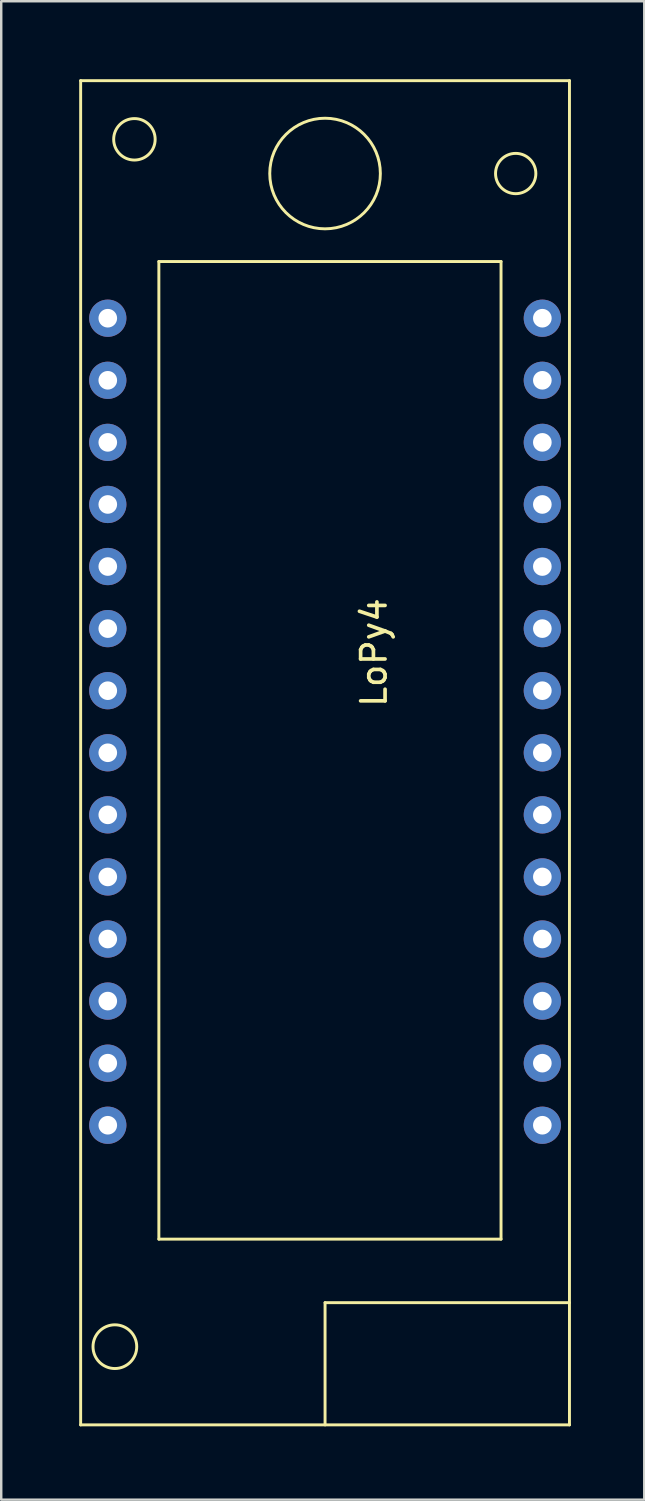
<source format=kicad_pcb>
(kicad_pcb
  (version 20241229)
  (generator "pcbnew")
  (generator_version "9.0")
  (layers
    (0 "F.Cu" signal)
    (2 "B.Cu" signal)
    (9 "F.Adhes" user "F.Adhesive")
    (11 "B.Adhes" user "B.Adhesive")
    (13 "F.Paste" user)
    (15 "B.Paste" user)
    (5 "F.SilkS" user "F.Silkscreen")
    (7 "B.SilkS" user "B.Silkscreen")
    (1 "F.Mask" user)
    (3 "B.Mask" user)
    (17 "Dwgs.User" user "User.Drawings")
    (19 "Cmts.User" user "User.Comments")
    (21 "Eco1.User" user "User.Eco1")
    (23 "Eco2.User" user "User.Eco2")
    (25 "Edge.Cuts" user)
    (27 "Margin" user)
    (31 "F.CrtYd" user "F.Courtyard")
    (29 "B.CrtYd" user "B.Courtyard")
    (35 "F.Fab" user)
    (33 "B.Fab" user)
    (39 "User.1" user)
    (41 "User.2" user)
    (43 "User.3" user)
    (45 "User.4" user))
  (footprint "LoPy4"
    (layer "F.Cu")
    (at 0.25 0.25)
    (property "Reference" "LoPy4" (at 12 23.4 90) (layer "F.SilkS") (effects (font (size 1 1) (thickness 0.15))))
    (attr through_hole)
    (fp_line (start 0 0) (end 0 55) (stroke (width 0.12) (type solid)) (layer "F.SilkS"))
    (fp_line (start 0 0) (end 20 0) (stroke (width 0.12) (type solid)) (layer "F.SilkS"))
    (fp_line (start 0 55) (end 20 55) (stroke (width 0.12) (type solid)) (layer "F.SilkS"))
    (fp_line (start 3.2 7.4) (end 17.2 7.4) (stroke (width 0.12) (type solid)) (layer "F.SilkS"))
    (fp_line (start 3.2 47.4) (end 3.2 7.4) (stroke (width 0.12) (type solid)) (layer "F.SilkS"))
    (fp_line (start 10 50) (end 10 55) (stroke (width 0.12) (type solid)) (layer "F.SilkS"))
    (fp_line (start 17.2 7.4) (end 17.2 47.4) (stroke (width 0.12) (type solid)) (layer "F.SilkS"))
    (fp_line (start 17.2 47.4) (end 3.2 47.4) (stroke (width 0.12) (type solid)) (layer "F.SilkS"))
    (fp_line (start 20 0) (end 20 55) (stroke (width 0.12) (type solid)) (layer "F.SilkS"))
    (fp_line (start 20 50) (end 10 50) (stroke (width 0.12) (type solid)) (layer "F.SilkS"))
    (fp_circle (center 1.4 51.8) (end 1.8 52.6) (stroke (width 0.12) (type solid)) (fill no) (layer "F.SilkS"))
    (fp_circle (center 2.2 2.4) (end 2.8 3) (stroke (width 0.12) (type solid)) (fill no) (layer "F.SilkS"))
    (fp_circle (center 10 3.8) (end 11.6 5.4) (stroke (width 0.12) (type solid)) (fill no) (layer "F.SilkS"))
    (fp_circle (center 17.8 3.8) (end 18 4.6) (stroke (width 0.12) (type solid)) (fill no) (layer "F.SilkS"))
    (pad "1" thru_hole circle (at 1.11 9.72) (size 1.524 1.524) (drill 0.762) (layers "*.Cu" "*.Mask"))
    (pad "2" thru_hole circle (at 1.11 12.26) (size 1.524 1.524) (drill 0.762) (layers "*.Cu" "*.Mask"))
    (pad "3" thru_hole circle (at 1.11 14.8) (size 1.524 1.524) (drill 0.762) (layers "*.Cu" "*.Mask"))
    (pad "4" thru_hole circle (at 1.11 17.34) (size 1.524 1.524) (drill 0.762) (layers "*.Cu" "*.Mask"))
    (pad "5" thru_hole circle (at 1.11 19.88) (size 1.524 1.524) (drill 0.762) (layers "*.Cu" "*.Mask"))
    (pad "6" thru_hole circle (at 1.11 22.42) (size 1.524 1.524) (drill 0.762) (layers "*.Cu" "*.Mask"))
    (pad "7" thru_hole circle (at 1.11 24.96) (size 1.524 1.524) (drill 0.762) (layers "*.Cu" "*.Mask"))
    (pad "8" thru_hole circle (at 1.11 27.5) (size 1.524 1.524) (drill 0.762) (layers "*.Cu" "*.Mask"))
    (pad "9" thru_hole circle (at 1.11 30.04) (size 1.524 1.524) (drill 0.762) (layers "*.Cu" "*.Mask"))
    (pad "10" thru_hole circle (at 1.11 32.58) (size 1.524 1.524) (drill 0.762) (layers "*.Cu" "*.Mask"))
    (pad "11" thru_hole circle (at 1.11 35.12) (size 1.524 1.524) (drill 0.762) (layers "*.Cu" "*.Mask"))
    (pad "12" thru_hole circle (at 1.11 37.66) (size 1.524 1.524) (drill 0.762) (layers "*.Cu" "*.Mask"))
    (pad "13" thru_hole circle (at 1.11 40.2) (size 1.524 1.524) (drill 0.762) (layers "*.Cu" "*.Mask"))
    (pad "14" thru_hole circle (at 1.11 42.74) (size 1.524 1.524) (drill 0.762) (layers "*.Cu" "*.Mask"))
    (pad "15" thru_hole circle (at 18.89 42.74) (size 1.524 1.524) (drill 0.762) (layers "*.Cu" "*.Mask"))
    (pad "16" thru_hole circle (at 18.89 40.2) (size 1.524 1.524) (drill 0.762) (layers "*.Cu" "*.Mask"))
    (pad "17" thru_hole circle (at 18.89 37.66) (size 1.524 1.524) (drill 0.762) (layers "*.Cu" "*.Mask"))
    (pad "18" thru_hole circle (at 18.89 35.12) (size 1.524 1.524) (drill 0.762) (layers "*.Cu" "*.Mask"))
    (pad "19" thru_hole circle (at 18.89 32.58) (size 1.524 1.524) (drill 0.762) (layers "*.Cu" "*.Mask"))
    (pad "20" thru_hole circle (at 18.89 30.04) (size 1.524 1.524) (drill 0.762) (layers "*.Cu" "*.Mask"))
    (pad "21" thru_hole circle (at 18.89 27.5) (size 1.524 1.524) (drill 0.762) (layers "*.Cu" "*.Mask"))
    (pad "22" thru_hole circle (at 18.89 24.96) (size 1.524 1.524) (drill 0.762) (layers "*.Cu" "*.Mask"))
    (pad "23" thru_hole circle (at 18.89 22.42) (size 1.524 1.524) (drill 0.762) (layers "*.Cu" "*.Mask"))
    (pad "24" thru_hole circle (at 18.89 19.88) (size 1.524 1.524) (drill 0.762) (layers "*.Cu" "*.Mask"))
    (pad "25" thru_hole circle (at 18.89 17.34) (size 1.524 1.524) (drill 0.762) (layers "*.Cu" "*.Mask"))
    (pad "26" thru_hole circle (at 18.89 14.8) (size 1.524 1.524) (drill 0.762) (layers "*.Cu" "*.Mask"))
    (pad "27" thru_hole circle (at 18.89 12.26) (size 1.524 1.524) (drill 0.762) (layers "*.Cu" "*.Mask"))
    (pad "28" thru_hole circle (at 18.89 9.72) (size 1.524 1.524) (drill 0.762) (layers "*.Cu" "*.Mask")))
  (gr_rect
    (start -3 -3)
    (end 23.31 58.31)
    (stroke (width 0.1) (type default))
    (fill no)
    (layer "Edge.Cuts")))
</source>
